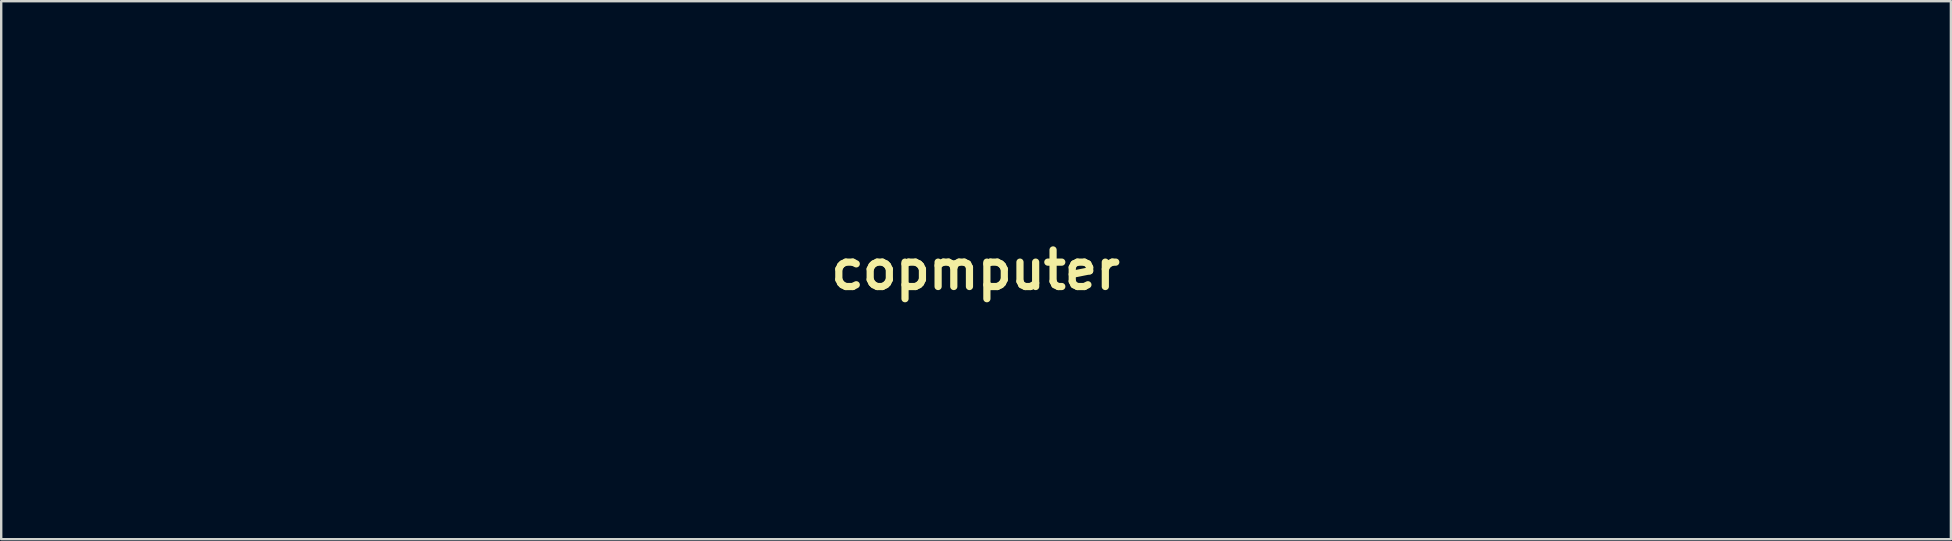
<source format=kicad_pcb>
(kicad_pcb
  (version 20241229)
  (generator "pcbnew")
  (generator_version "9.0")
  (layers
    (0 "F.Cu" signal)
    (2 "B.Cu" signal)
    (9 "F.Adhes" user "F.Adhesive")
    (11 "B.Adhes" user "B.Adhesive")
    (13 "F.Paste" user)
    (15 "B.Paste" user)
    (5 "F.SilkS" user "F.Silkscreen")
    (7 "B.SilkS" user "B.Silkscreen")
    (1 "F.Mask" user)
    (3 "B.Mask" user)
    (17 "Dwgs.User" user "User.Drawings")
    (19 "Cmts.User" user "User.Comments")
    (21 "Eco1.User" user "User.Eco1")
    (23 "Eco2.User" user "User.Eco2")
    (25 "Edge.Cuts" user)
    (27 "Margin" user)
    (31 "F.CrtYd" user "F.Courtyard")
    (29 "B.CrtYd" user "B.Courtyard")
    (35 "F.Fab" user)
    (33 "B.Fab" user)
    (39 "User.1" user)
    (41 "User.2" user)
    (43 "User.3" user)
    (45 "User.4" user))
  (footprint "copmputer"
    (layer "F.Cu")
    (at 37.597 8.198)
    (property "Reference" "copmputer" (at 0 0 0) (layer "F.SilkS") (effects (font (size 1.524 1.524) (thickness 0.3))))
    (attr through_hole)
    (fp_poly (pts (xy 19.6 -5.8) (xy 19.624 -4.636) (xy 19.647 -3.471) (xy 21.251 -3.471) (xy 21.251 -1.947) (xy 19.643 -1.947) (xy 19.643 4.487) (xy 17.949 4.487) (xy 17.949 -1.947) (xy 16.588 -1.947) (xy 16.613 -2.731) (xy 16.637 -3.514) (xy 17.293 -3.538) (xy 17.949 -3.563) (xy 17.949 -5.848) (xy 19.6 -5.8)) (stroke (width 0.01) (type solid)) (fill no) (layer "Eco2.User"))
    (fp_poly (pts (xy 37.245 -3.675) (xy 37.493 -3.658) (xy 37.625 -3.633) (xy 37.633 -3.628) (xy 37.633 -3.528) (xy 37.589 -3.306) (xy 37.509 -2.997) (xy 37.445 -2.781) (xy 37.203 -1.99) (xy 36.603 -1.975) (xy 36.046 -1.914) (xy 35.593 -1.747) (xy 35.204 -1.457) (xy 35.032 -1.274) (xy 34.899 -1.108) (xy 34.792 -0.945) (xy 34.708 -0.762) (xy 34.646 -0.54) (xy 34.602 -0.257) (xy 34.573 0.106) (xy 34.555 0.572) (xy 34.547 1.16) (xy 34.544 1.891) (xy 34.544 2.105) (xy 34.544 4.487) (xy 32.851 4.487) (xy 32.851 -3.471) (xy 34.537 -3.471) (xy 34.562 -2.731) (xy 34.575 -2.378) (xy 34.589 -2.173) (xy 34.613 -2.094) (xy 34.653 -2.119) (xy 34.717 -2.227) (xy 34.726 -2.244) (xy 34.952 -2.58) (xy 35.254 -2.931) (xy 35.582 -3.245) (xy 35.886 -3.469) (xy 35.93 -3.494) (xy 36.186 -3.602) (xy 36.476 -3.66) (xy 36.864 -3.681) (xy 36.929 -3.681) (xy 37.245 -3.675)) (stroke (width 0.01) (type solid)) (fill no) (layer "Eco2.User"))
    (fp_poly (pts (xy 10.16 -0.989) (xy 10.162 -0.172) (xy 10.17 0.495) (xy 10.187 1.031) (xy 10.216 1.455) (xy 10.26 1.786) (xy 10.323 2.043) (xy 10.407 2.245) (xy 10.515 2.412) (xy 10.651 2.562) (xy 10.747 2.651) (xy 11.094 2.895) (xy 11.471 3.01) (xy 12.087 3.039) (xy 12.615 2.929) (xy 13.049 2.685) (xy 13.381 2.309) (xy 13.473 2.143) (xy 13.529 2.024) (xy 13.575 1.906) (xy 13.61 1.769) (xy 13.636 1.593) (xy 13.656 1.358) (xy 13.671 1.042) (xy 13.681 0.626) (xy 13.69 0.089) (xy 13.697 -0.589) (xy 13.7 -0.868) (xy 13.727 -3.471) (xy 15.422 -3.471) (xy 15.392 -0.699) (xy 15.383 0.064) (xy 15.374 0.677) (xy 15.364 1.161) (xy 15.351 1.537) (xy 15.334 1.824) (xy 15.31 2.044) (xy 15.28 2.216) (xy 15.242 2.36) (xy 15.193 2.497) (xy 15.168 2.561) (xy 14.82 3.216) (xy 14.352 3.765) (xy 13.782 4.198) (xy 13.128 4.505) (xy 12.409 4.677) (xy 11.643 4.704) (xy 11.192 4.65) (xy 10.493 4.445) (xy 9.861 4.093) (xy 9.319 3.613) (xy 8.888 3.02) (xy 8.77 2.794) (xy 8.509 2.244) (xy 8.483 -0.614) (xy 8.456 -3.471) (xy 10.16 -3.471) (xy 10.16 -0.989)) (stroke (width 0.01) (type solid)) (fill no) (layer "Eco2.User"))
    (fp_poly (pts (xy 3.186 -3.679) (xy 3.469 -3.657) (xy 3.704 -3.605) (xy 3.951 -3.509) (xy 4.249 -3.366) (xy 4.935 -2.938) (xy 5.508 -2.4) (xy 5.963 -1.772) (xy 6.296 -1.076) (xy 6.501 -0.33) (xy 6.574 0.445) (xy 6.509 1.227) (xy 6.303 1.998) (xy 5.949 2.736) (xy 5.77 3.012) (xy 5.234 3.648) (xy 4.635 4.137) (xy 3.99 4.478) (xy 3.315 4.669) (xy 2.624 4.708) (xy 1.935 4.594) (xy 1.262 4.325) (xy 0.622 3.899) (xy 0.275 3.583) (xy -0.254 3.047) (xy -0.254 8.213) (xy -1.947 8.213) (xy -1.947 0.353) (xy -0.495 0.353) (xy -0.452 0.972) (xy -0.275 1.543) (xy 0.022 2.052) (xy 0.42 2.48) (xy 0.904 2.812) (xy 1.457 3.031) (xy 2.062 3.121) (xy 2.703 3.064) (xy 2.942 3.004) (xy 3.508 2.75) (xy 3.999 2.354) (xy 4.394 1.835) (xy 4.499 1.64) (xy 4.724 1.008) (xy 4.788 0.381) (xy 4.697 -0.224) (xy 4.458 -0.786) (xy 4.078 -1.284) (xy 3.564 -1.7) (xy 3.281 -1.86) (xy 2.928 -2.016) (xy 2.614 -2.094) (xy 2.245 -2.117) (xy 2.203 -2.117) (xy 1.628 -2.077) (xy 1.149 -1.942) (xy 0.714 -1.69) (xy 0.282 -1.312) (xy -0.003 -1.011) (xy -0.191 -0.759) (xy -0.316 -0.505) (xy -0.385 -0.296) (xy -0.495 0.353) (xy -1.947 0.353) (xy -1.947 -3.471) (xy -0.254 -3.471) (xy -0.254 -2.022) (xy 0.221 -2.535) (xy 0.668 -2.952) (xy 1.173 -3.28) (xy 1.338 -3.365) (xy 1.652 -3.515) (xy 1.897 -3.608) (xy 2.133 -3.659) (xy 2.42 -3.679) (xy 2.794 -3.683) (xy 3.186 -3.679)) (stroke (width 0.01) (type solid)) (fill no) (layer "Eco2.User"))
    (fp_poly (pts (xy -30.44 -8.186) (xy -29.673 -8.127) (xy -29 -8.025) (xy -28.348 -7.864) (xy -27.707 -7.653) (xy -27.093 -7.433) (xy -27.093 -5.527) (xy -27.792 -5.807) (xy -28.425 -6.046) (xy -28.974 -6.213) (xy -29.498 -6.322) (xy -30.061 -6.386) (xy -30.482 -6.411) (xy -31.166 -6.418) (xy -31.748 -6.365) (xy -32.286 -6.24) (xy -32.842 -6.03) (xy -33.183 -5.871) (xy -33.781 -5.513) (xy -34.343 -5.031) (xy -34.37 -5.005) (xy -34.919 -4.384) (xy -35.317 -3.762) (xy -35.577 -3.102) (xy -35.715 -2.371) (xy -35.747 -1.693) (xy -35.706 -0.93) (xy -35.575 -0.273) (xy -35.344 0.323) (xy -35.047 0.834) (xy -34.487 1.524) (xy -33.816 2.098) (xy -33.052 2.55) (xy -32.215 2.871) (xy -31.322 3.054) (xy -30.395 3.092) (xy -29.64 3.011) (xy -29.177 2.911) (xy -28.675 2.767) (xy -28.183 2.598) (xy -27.751 2.422) (xy -27.429 2.254) (xy -27.392 2.23) (xy -27.236 2.141) (xy -27.159 2.117) (xy -27.133 2.196) (xy -27.112 2.41) (xy -27.098 2.727) (xy -27.093 3.079) (xy -27.093 4.041) (xy -27.595 4.266) (xy -28.297 4.521) (xy -29.104 4.716) (xy -29.959 4.842) (xy -30.805 4.893) (xy -31.587 4.86) (xy -31.829 4.829) (xy -32.844 4.589) (xy -33.793 4.208) (xy -34.663 3.7) (xy -35.444 3.079) (xy -36.123 2.358) (xy -36.687 1.55) (xy -37.126 0.669) (xy -37.426 -0.271) (xy -37.577 -1.256) (xy -37.592 -1.693) (xy -37.512 -2.674) (xy -37.28 -3.634) (xy -36.908 -4.549) (xy -36.407 -5.392) (xy -35.79 -6.14) (xy -35.228 -6.646) (xy -34.36 -7.254) (xy -33.493 -7.703) (xy -32.6 -8.004) (xy -31.652 -8.164) (xy -30.623 -8.193) (xy -30.44 -8.186)) (stroke (width 0.01) (type solid)) (fill no) (layer "Eco2.User"))
    (fp_poly (pts (xy -20.839 -3.665) (xy -20.814 -3.661) (xy -20.04 -3.459) (xy -19.308 -3.106) (xy -18.643 -2.623) (xy -18.071 -2.028) (xy -17.617 -1.34) (xy -17.562 -1.232) (xy -17.403 -0.893) (xy -17.302 -0.62) (xy -17.245 -0.345) (xy -17.213 -0.003) (xy -17.202 0.229) (xy -17.222 1.024) (xy -17.365 1.732) (xy -17.641 2.381) (xy -18.064 2.998) (xy -18.611 3.58) (xy -19.261 4.086) (xy -19.981 4.448) (xy -20.743 4.652) (xy -21.044 4.699) (xy -21.261 4.722) (xy -21.456 4.722) (xy -21.691 4.698) (xy -22.028 4.651) (xy -22.053 4.647) (xy -22.767 4.463) (xy -23.451 4.136) (xy -24.083 3.69) (xy -24.639 3.145) (xy -25.097 2.527) (xy -25.434 1.856) (xy -25.629 1.156) (xy -25.645 1.043) (xy -25.658 0.505) (xy -24.031 0.505) (xy -23.963 1.061) (xy -23.762 1.588) (xy -23.435 2.066) (xy -22.99 2.473) (xy -22.432 2.79) (xy -22.019 2.936) (xy -21.533 3.004) (xy -20.999 2.972) (xy -20.498 2.847) (xy -20.356 2.788) (xy -19.799 2.434) (xy -19.329 1.957) (xy -19.09 1.597) (xy -18.958 1.337) (xy -18.882 1.107) (xy -18.848 0.842) (xy -18.84 0.475) (xy -18.84 0.466) (xy -18.879 -0.082) (xy -19.01 -0.529) (xy -19.255 -0.933) (xy -19.547 -1.259) (xy -20 -1.633) (xy -20.487 -1.867) (xy -21.048 -1.975) (xy -21.378 -1.988) (xy -21.998 -1.938) (xy -22.516 -1.781) (xy -22.975 -1.499) (xy -23.369 -1.126) (xy -23.741 -0.609) (xy -23.959 -0.058) (xy -24.031 0.505) (xy -25.658 0.505) (xy -25.664 0.246) (xy -25.531 -0.52) (xy -25.261 -1.237) (xy -24.87 -1.893) (xy -24.372 -2.471) (xy -23.784 -2.955) (xy -23.122 -3.333) (xy -22.399 -3.587) (xy -21.633 -3.703) (xy -20.839 -3.665)) (stroke (width 0.01) (type solid)) (fill no) (layer "Eco2.User"))
    (fp_poly (pts (xy -6.12 -3.644) (xy -5.564 -3.41) (xy -5.075 -3.041) (xy -4.681 -2.554) (xy -4.623 -2.455) (xy -4.36 -1.99) (xy -4.335 1.249) (xy -4.31 4.487) (xy -6.011 4.487) (xy -6.013 1.63) (xy -6.014 0.85) (xy -6.017 0.221) (xy -6.023 -0.277) (xy -6.033 -0.663) (xy -6.047 -0.955) (xy -6.067 -1.172) (xy -6.093 -1.334) (xy -6.127 -1.46) (xy -6.169 -1.567) (xy -6.174 -1.577) (xy -6.317 -1.822) (xy -6.509 -1.98) (xy -6.722 -2.075) (xy -7.214 -2.182) (xy -7.685 -2.127) (xy -8.117 -1.918) (xy -8.495 -1.561) (xy -8.762 -1.146) (xy -9.017 -0.648) (xy -9.068 4.487) (xy -10.743 4.487) (xy -10.769 1.587) (xy -10.777 0.756) (xy -10.787 0.077) (xy -10.802 -0.468) (xy -10.825 -0.895) (xy -10.858 -1.224) (xy -10.904 -1.47) (xy -10.967 -1.651) (xy -11.05 -1.785) (xy -11.154 -1.889) (xy -11.283 -1.981) (xy -11.371 -2.035) (xy -11.753 -2.176) (xy -12.185 -2.186) (xy -12.625 -2.077) (xy -13.026 -1.859) (xy -13.333 -1.562) (xy -13.469 -1.379) (xy -13.578 -1.21) (xy -13.664 -1.036) (xy -13.729 -0.835) (xy -13.777 -0.585) (xy -13.811 -0.267) (xy -13.834 0.141) (xy -13.85 0.661) (xy -13.861 1.312) (xy -13.869 1.926) (xy -13.9 4.487) (xy -15.494 4.487) (xy -15.494 -3.471) (xy -13.885 -3.471) (xy -13.885 -2.921) (xy -13.88 -2.641) (xy -13.866 -2.442) (xy -13.846 -2.371) (xy -13.773 -2.428) (xy -13.62 -2.577) (xy -13.425 -2.779) (xy -12.893 -3.242) (xy -12.314 -3.551) (xy -11.7 -3.7) (xy -11.065 -3.686) (xy -10.849 -3.643) (xy -10.298 -3.428) (xy -9.836 -3.07) (xy -9.479 -2.589) (xy -9.22 -2.131) (xy -8.568 -2.785) (xy -8.097 -3.213) (xy -7.661 -3.501) (xy -7.23 -3.666) (xy -6.772 -3.725) (xy -6.716 -3.725) (xy -6.12 -3.644)) (stroke (width 0.01) (type solid)) (fill no) (layer "Eco2.User"))
    (fp_poly (pts (xy 27.141 -3.669) (xy 27.897 -3.479) (xy 28.624 -3.137) (xy 29.267 -2.674) (xy 29.782 -2.121) (xy 30.197 -1.449) (xy 30.499 -0.682) (xy 30.678 0.153) (xy 30.693 0.277) (xy 30.754 0.847) (xy 27.357 0.847) (xy 26.485 0.848) (xy 25.768 0.851) (xy 25.194 0.856) (xy 24.748 0.865) (xy 24.416 0.877) (xy 24.186 0.893) (xy 24.042 0.913) (xy 23.973 0.939) (xy 23.961 0.959) (xy 24.013 1.236) (xy 24.15 1.581) (xy 24.344 1.935) (xy 24.569 2.241) (xy 24.57 2.243) (xy 24.846 2.508) (xy 25.171 2.755) (xy 25.347 2.861) (xy 25.569 2.969) (xy 25.773 3.037) (xy 26.009 3.073) (xy 26.328 3.087) (xy 26.628 3.089) (xy 27.185 3.066) (xy 27.63 2.984) (xy 28.018 2.825) (xy 28.402 2.568) (xy 28.66 2.353) (xy 29.046 2.013) (xy 29.361 2.231) (xy 29.64 2.436) (xy 29.925 2.661) (xy 29.972 2.699) (xy 30.268 2.949) (xy 29.93 3.306) (xy 29.462 3.723) (xy 28.91 4.095) (xy 28.34 4.382) (xy 28.073 4.479) (xy 27.49 4.612) (xy 26.837 4.685) (xy 26.195 4.691) (xy 25.799 4.653) (xy 25.156 4.478) (xy 24.513 4.166) (xy 23.908 3.746) (xy 23.378 3.245) (xy 22.962 2.691) (xy 22.832 2.453) (xy 22.54 1.672) (xy 22.399 0.861) (xy 22.408 0.048) (xy 22.534 -0.578) (xy 24.13 -0.578) (xy 24.211 -0.56) (xy 24.44 -0.544) (xy 24.796 -0.53) (xy 25.256 -0.519) (xy 25.8 -0.511) (xy 26.407 -0.508) (xy 26.501 -0.508) (xy 27.114 -0.51) (xy 27.669 -0.517) (xy 28.144 -0.528) (xy 28.516 -0.541) (xy 28.765 -0.557) (xy 28.869 -0.575) (xy 28.871 -0.578) (xy 28.818 -0.721) (xy 28.68 -0.941) (xy 28.492 -1.194) (xy 28.286 -1.436) (xy 28.096 -1.622) (xy 28.062 -1.649) (xy 27.568 -1.926) (xy 26.994 -2.083) (xy 26.386 -2.119) (xy 25.785 -2.03) (xy 25.236 -1.814) (xy 25.221 -1.805) (xy 24.979 -1.635) (xy 24.717 -1.398) (xy 24.469 -1.131) (xy 24.268 -0.873) (xy 24.149 -0.661) (xy 24.13 -0.578) (xy 22.534 -0.578) (xy 22.567 -0.741) (xy 22.872 -1.482) (xy 23.062 -1.799) (xy 23.592 -2.456) (xy 24.208 -2.979) (xy 24.89 -3.364) (xy 25.619 -3.609) (xy 26.375 -3.712) (xy 27.141 -3.669)) (stroke (width 0.01) (type solid)) (fill no) (layer "Eco2.User")))
  (gr_rect
    (start -3 -3)
    (end 78.235 19.416)
    (stroke (width 0.1) (type default))
    (fill no)
    (layer "Edge.Cuts")))
</source>
